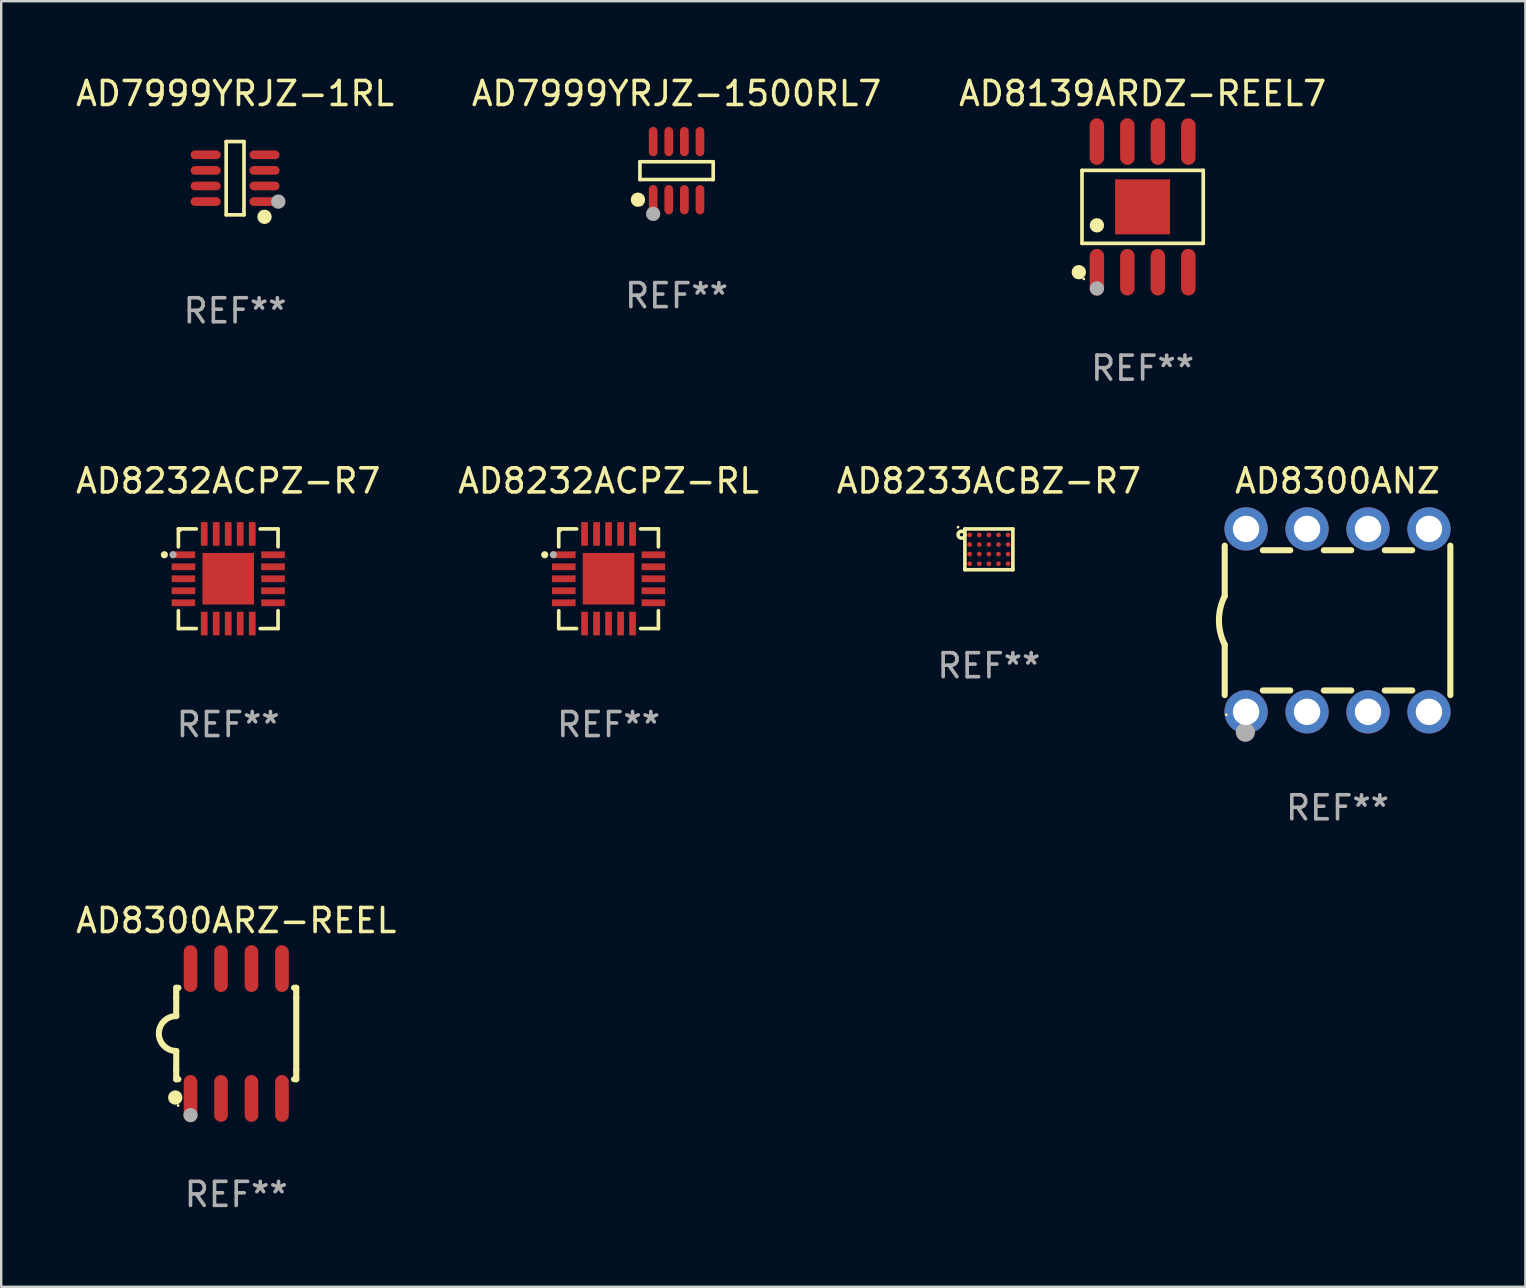
<source format=kicad_pcb>
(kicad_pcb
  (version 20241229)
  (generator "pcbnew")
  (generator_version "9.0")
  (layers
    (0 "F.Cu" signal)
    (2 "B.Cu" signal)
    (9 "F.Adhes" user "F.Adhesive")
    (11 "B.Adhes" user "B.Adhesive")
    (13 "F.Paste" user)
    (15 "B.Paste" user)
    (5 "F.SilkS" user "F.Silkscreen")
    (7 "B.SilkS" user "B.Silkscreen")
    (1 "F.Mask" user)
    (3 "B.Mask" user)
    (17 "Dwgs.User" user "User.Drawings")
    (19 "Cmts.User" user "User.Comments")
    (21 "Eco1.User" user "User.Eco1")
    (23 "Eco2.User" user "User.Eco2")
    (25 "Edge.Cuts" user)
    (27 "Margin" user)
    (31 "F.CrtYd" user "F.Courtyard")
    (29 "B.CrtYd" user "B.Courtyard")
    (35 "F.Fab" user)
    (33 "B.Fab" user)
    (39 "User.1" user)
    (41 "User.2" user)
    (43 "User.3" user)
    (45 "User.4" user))
  (footprint "AD8139ARDZ-REEL7"
    (layer "F.Cu")
    (at 44.554 5.569)
    (property "Reference" "AD8139ARDZ-REEL7" (at 0 -4.721 0) (layer "F.SilkS") (effects (font (size 1 1) (thickness 0.15))))
    (attr through_hole)
    (fp_line (start -2.526 -1.521) (end 2.526 -1.521) (stroke (width 0.152) (type solid)) (layer "F.SilkS"))
    (fp_line (start -2.526 1.521) (end -2.526 -1.521) (stroke (width 0.152) (type solid)) (layer "F.SilkS"))
    (fp_line (start 2.526 -1.521) (end 2.526 1.521) (stroke (width 0.152) (type solid)) (layer "F.SilkS"))
    (fp_line (start 2.526 1.521) (end -2.526 1.521) (stroke (width 0.152) (type solid)) (layer "F.SilkS"))
    (fp_circle (center -2.658 2.721) (end -2.508 2.721) (stroke (width 0.3) (type solid)) (fill no) (layer "F.SilkS"))
    (fp_circle (center -2.45 3) (end -2.42 3) (stroke (width 0.06) (type solid)) (fill no) (layer "F.SilkS"))
    (fp_circle (center -1.905 0.769) (end -1.755 0.769) (stroke (width 0.3) (type solid)) (fill no) (layer "F.SilkS"))
    (fp_circle (center -1.905 3.4) (end -1.755 3.4) (stroke (width 0.3) (type solid)) (fill no) (layer "F.Fab"))
    (fp_text user "REF**" (at 0 6.721 0) (layer "F.Fab") (effects (font (size 1 1) (thickness 0.15))))
    (pad "1" smd oval (at -1.905 2.721) (size 0.602 1.941) (layers "F.Cu" "F.Mask" "F.Paste"))
    (pad "2" smd oval (at -0.635 2.721) (size 0.602 1.941) (layers "F.Cu" "F.Mask" "F.Paste"))
    (pad "3" smd oval (at 0.635 2.721) (size 0.602 1.941) (layers "F.Cu" "F.Mask" "F.Paste"))
    (pad "4" smd oval (at 1.905 2.721) (size 0.602 1.941) (layers "F.Cu" "F.Mask" "F.Paste"))
    (pad "5" smd oval (at 1.905 -2.721) (size 0.602 1.941) (layers "F.Cu" "F.Mask" "F.Paste"))
    (pad "6" smd oval (at 0.635 -2.721) (size 0.602 1.941) (layers "F.Cu" "F.Mask" "F.Paste"))
    (pad "7" smd oval (at -0.635 -2.721) (size 0.602 1.941) (layers "F.Cu" "F.Mask" "F.Paste"))
    (pad "8" smd oval (at -1.905 -2.721) (size 0.602 1.941) (layers "F.Cu" "F.Mask" "F.Paste"))
    (pad "9" smd rect (at 0 0) (size 2.29 2.29) (layers "F.Cu" "F.Mask" "F.Paste")))
  (footprint "AD7999YRJZ-1500RL7"
    (layer "F.Cu")
    (at 25.137 4.059)
    (property "Reference" "AD7999YRJZ-1500RL7" (at 0 -3.211 0) (layer "F.SilkS") (effects (font (size 1 1) (thickness 0.15))))
    (attr through_hole)
    (fp_line (start -1.526 -0.371) (end 1.526 -0.371) (stroke (width 0.152) (type solid)) (layer "F.SilkS"))
    (fp_line (start -1.526 0.371) (end -1.526 -0.371) (stroke (width 0.152) (type solid)) (layer "F.SilkS"))
    (fp_line (start 1.526 -0.371) (end 1.526 0.371) (stroke (width 0.152) (type solid)) (layer "F.SilkS"))
    (fp_line (start 1.526 0.371) (end -1.526 0.371) (stroke (width 0.152) (type solid)) (layer "F.SilkS"))
    (fp_circle (center -1.609 1.211) (end -1.459 1.211) (stroke (width 0.3) (type solid)) (fill no) (layer "F.SilkS"))
    (fp_circle (center -1.45 1.4) (end -1.42 1.4) (stroke (width 0.06) (type solid)) (fill no) (layer "F.SilkS"))
    (fp_circle (center -0.975 1.8) (end -0.825 1.8) (stroke (width 0.3) (type solid)) (fill no) (layer "F.Fab"))
    (fp_text user "REF**" (at 0 5.211 0) (layer "F.Fab") (effects (font (size 1 1) (thickness 0.15))))
    (pad "1" smd oval (at -0.975 1.211) (size 0.364 1.222) (layers "F.Cu" "F.Mask" "F.Paste"))
    (pad "2" smd oval (at -0.325 1.211) (size 0.364 1.222) (layers "F.Cu" "F.Mask" "F.Paste"))
    (pad "3" smd oval (at 0.325 1.211) (size 0.364 1.222) (layers "F.Cu" "F.Mask" "F.Paste"))
    (pad "4" smd oval (at 0.975 1.211) (size 0.364 1.222) (layers "F.Cu" "F.Mask" "F.Paste"))
    (pad "5" smd oval (at 0.975 -1.211) (size 0.364 1.222) (layers "F.Cu" "F.Mask" "F.Paste"))
    (pad "6" smd oval (at 0.325 -1.211) (size 0.364 1.222) (layers "F.Cu" "F.Mask" "F.Paste"))
    (pad "7" smd oval (at -0.325 -1.211) (size 0.364 1.222) (layers "F.Cu" "F.Mask" "F.Paste"))
    (pad "8" smd oval (at -0.975 -1.211) (size 0.364 1.222) (layers "F.Cu" "F.Mask" "F.Paste")))
  (footprint "AD8232ACPZ-R7"
    (layer "F.Cu")
    (at 6.458 21.062)
    (property "Reference" "AD8232ACPZ-R7" (at 0 -4.076 0) (layer "F.SilkS") (effects (font (size 1 1) (thickness 0.15))))
    (attr through_hole)
    (fp_line (start -2.076 -2.076) (end -2.076 -1.331) (stroke (width 0.152) (type solid)) (layer "F.SilkS"))
    (fp_line (start -2.076 2.076) (end -2.076 1.331) (stroke (width 0.152) (type solid)) (layer "F.SilkS"))
    (fp_line (start -1.331 -2.076) (end -2.076 -2.076) (stroke (width 0.152) (type solid)) (layer "F.SilkS"))
    (fp_line (start -1.331 2.076) (end -2.076 2.076) (stroke (width 0.152) (type solid)) (layer "F.SilkS"))
    (fp_line (start 1.331 -2.076) (end 2.076 -2.076) (stroke (width 0.152) (type solid)) (layer "F.SilkS"))
    (fp_line (start 1.331 2.076) (end 2.076 2.076) (stroke (width 0.152) (type solid)) (layer "F.SilkS"))
    (fp_line (start 2.076 -2.076) (end 2.076 -1.331) (stroke (width 0.152) (type solid)) (layer "F.SilkS"))
    (fp_line (start 2.076 2.076) (end 2.076 1.331) (stroke (width 0.152) (type solid)) (layer "F.SilkS"))
    (fp_circle (center -2.66 -1) (end -2.585 -1) (stroke (width 0.15) (type solid)) (fill no) (layer "F.SilkS"))
    (fp_circle (center -2 -2) (end -1.97 -2) (stroke (width 0.06) (type solid)) (fill no) (layer "F.SilkS"))
    (fp_circle (center -2.3 -1) (end -2.225 -1) (stroke (width 0.15) (type solid)) (fill no) (layer "F.Fab"))
    (fp_text user "REF**" (at 0 6.076 0) (layer "F.Fab") (effects (font (size 1 1) (thickness 0.15))))
    (pad "1" smd rect (at -1.867 -1) (size 0.985 0.28) (layers "F.Cu" "F.Mask" "F.Paste"))
    (pad "2" smd rect (at -1.867 -0.5) (size 0.985 0.28) (layers "F.Cu" "F.Mask" "F.Paste"))
    (pad "3" smd rect (at -1.867 0) (size 0.985 0.28) (layers "F.Cu" "F.Mask" "F.Paste"))
    (pad "4" smd rect (at -1.867 0.5) (size 0.985 0.28) (layers "F.Cu" "F.Mask" "F.Paste"))
    (pad "5" smd rect (at -1.867 1) (size 0.985 0.28) (layers "F.Cu" "F.Mask" "F.Paste"))
    (pad "6" smd rect (at -1 1.867) (size 0.28 0.985) (layers "F.Cu" "F.Mask" "F.Paste"))
    (pad "7" smd rect (at -0.5 1.867) (size 0.28 0.985) (layers "F.Cu" "F.Mask" "F.Paste"))
    (pad "8" smd rect (at 0 1.867) (size 0.28 0.985) (layers "F.Cu" "F.Mask" "F.Paste"))
    (pad "9" smd rect (at 0.5 1.867) (size 0.28 0.985) (layers "F.Cu" "F.Mask" "F.Paste"))
    (pad "10" smd rect (at 1 1.867) (size 0.28 0.985) (layers "F.Cu" "F.Mask" "F.Paste"))
    (pad "11" smd rect (at 1.867 1) (size 0.985 0.28) (layers "F.Cu" "F.Mask" "F.Paste"))
    (pad "12" smd rect (at 1.867 0.5) (size 0.985 0.28) (layers "F.Cu" "F.Mask" "F.Paste"))
    (pad "13" smd rect (at 1.867 0) (size 0.985 0.28) (layers "F.Cu" "F.Mask" "F.Paste"))
    (pad "14" smd rect (at 1.867 -0.5) (size 0.985 0.28) (layers "F.Cu" "F.Mask" "F.Paste"))
    (pad "15" smd rect (at 1.867 -1) (size 0.985 0.28) (layers "F.Cu" "F.Mask" "F.Paste"))
    (pad "16" smd rect (at 1 -1.867) (size 0.28 0.985) (layers "F.Cu" "F.Mask" "F.Paste"))
    (pad "17" smd rect (at 0.5 -1.867) (size 0.28 0.985) (layers "F.Cu" "F.Mask" "F.Paste"))
    (pad "18" smd rect (at 0 -1.867) (size 0.28 0.985) (layers "F.Cu" "F.Mask" "F.Paste"))
    (pad "19" smd rect (at -0.5 -1.867) (size 0.28 0.985) (layers "F.Cu" "F.Mask" "F.Paste"))
    (pad "20" smd rect (at -1 -1.867) (size 0.28 0.985) (layers "F.Cu" "F.Mask" "F.Paste"))
    (pad "21" smd rect (at 0 0) (size 2.15 2.15) (layers "F.Cu" "F.Mask" "F.Paste")))
  (footprint "AD8300ARZ-REEL"
    (layer "F.Cu")
    (at 6.792 40.008)
    (property "Reference" "AD8300ARZ-REEL" (at 0 -4.705 0) (layer "F.SilkS") (effects (font (size 1 1) (thickness 0.15))))
    (attr through_hole)
    (fp_line (start -2.5 -1.905) (end -2.409 -1.905) (stroke (width 0.254) (type solid)) (layer "F.SilkS"))
    (fp_line (start -2.5 -1.5) (end -2.5 -1.905) (stroke (width 0.254) (type solid)) (layer "F.SilkS"))
    (fp_line (start -2.5 -1.5) (end -2.5 -0.726) (stroke (width 0.254) (type solid)) (layer "F.SilkS"))
    (fp_line (start -2.5 1.5) (end -2.5 0.727) (stroke (width 0.254) (type solid)) (layer "F.SilkS"))
    (fp_line (start -2.5 1.5) (end -2.5 1.905) (stroke (width 0.254) (type solid)) (layer "F.SilkS"))
    (fp_line (start -2.5 1.905) (end -2.409 1.905) (stroke (width 0.254) (type solid)) (layer "F.SilkS"))
    (fp_line (start 2.5 -1.905) (end 2.409 -1.905) (stroke (width 0.254) (type solid)) (layer "F.SilkS"))
    (fp_line (start 2.5 -1.5) (end 2.5 -1.905) (stroke (width 0.254) (type solid)) (layer "F.SilkS"))
    (fp_line (start 2.5 -1.5) (end 2.5 1.5) (stroke (width 0.254) (type solid)) (layer "F.SilkS"))
    (fp_line (start 2.5 1.5) (end 2.5 1.905) (stroke (width 0.254) (type solid)) (layer "F.SilkS"))
    (fp_line (start 2.5 1.905) (end 2.409 1.905) (stroke (width 0.254) (type solid)) (layer "F.SilkS"))
    (fp_arc (start -2.5 0.726568) (mid -3.220316 -0.0023) (end -2.495097 -0.726289) (stroke (width 0.254001) (type solid)) (layer "F.SilkS"))
    (fp_circle (center -2.54 2.667) (end -2.39 2.667) (stroke (width 0.3) (type solid)) (fill no) (layer "F.SilkS"))
    (fp_circle (center -2.42 3) (end -2.39 3) (stroke (width 0.06) (type solid)) (fill no) (layer "F.SilkS"))
    (fp_circle (center -1.905 3.4) (end -1.755 3.4) (stroke (width 0.3) (type solid)) (fill no) (layer "F.Fab"))
    (fp_text user "REF**" (at 0 6.705 0) (layer "F.Fab") (effects (font (size 1 1) (thickness 0.15))))
    (pad "1" smd oval (at -1.905 2.705) (size 0.568 1.95) (layers "F.Cu" "F.Mask" "F.Paste"))
    (pad "2" smd oval (at -0.635 2.705) (size 0.568 1.95) (layers "F.Cu" "F.Mask" "F.Paste"))
    (pad "3" smd oval (at 0.635 2.705) (size 0.568 1.95) (layers "F.Cu" "F.Mask" "F.Paste"))
    (pad "4" smd oval (at 1.905 2.705) (size 0.568 1.95) (layers "F.Cu" "F.Mask" "F.Paste"))
    (pad "5" smd oval (at 1.905 -2.705) (size 0.568 1.95) (layers "F.Cu" "F.Mask" "F.Paste"))
    (pad "6" smd oval (at 0.635 -2.705) (size 0.568 1.95) (layers "F.Cu" "F.Mask" "F.Paste"))
    (pad "7" smd oval (at -0.635 -2.705) (size 0.568 1.95) (layers "F.Cu" "F.Mask" "F.Paste"))
    (pad "8" smd oval (at -1.905 -2.705) (size 0.568 1.95) (layers "F.Cu" "F.Mask" "F.Paste")))
  (footprint "AD7999YRJZ-1RL"
    (layer "F.Cu")
    (at 6.744 4.374)
    (property "Reference" "AD7999YRJZ-1RL" (at 0 -3.526 0) (layer "F.SilkS") (effects (font (size 1 1) (thickness 0.15))))
    (attr through_hole)
    (fp_line (start -0.371 -1.526) (end 0.371 -1.526) (stroke (width 0.152) (type solid)) (layer "F.SilkS"))
    (fp_line (start -0.371 1.526) (end -0.371 -1.526) (stroke (width 0.152) (type solid)) (layer "F.SilkS"))
    (fp_line (start 0.371 -1.526) (end 0.371 1.526) (stroke (width 0.152) (type solid)) (layer "F.SilkS"))
    (fp_line (start 0.371 1.526) (end -0.371 1.526) (stroke (width 0.152) (type solid)) (layer "F.SilkS"))
    (fp_circle (center 1.226 1.609) (end 1.376 1.609) (stroke (width 0.3) (type solid)) (fill no) (layer "F.SilkS"))
    (fp_circle (center 1.4 1.45) (end 1.43 1.45) (stroke (width 0.06) (type solid)) (fill no) (layer "F.SilkS"))
    (fp_circle (center 1.8 0.975) (end 1.95 0.975) (stroke (width 0.3) (type solid)) (fill no) (layer "F.Fab"))
    (fp_text user "REF**" (at 0 5.526 0) (layer "F.Fab") (effects (font (size 1 1) (thickness 0.15))))
    (pad "1" smd oval (at 1.226 0.975) (size 1.252 0.364) (layers "F.Cu" "F.Mask" "F.Paste"))
    (pad "2" smd oval (at 1.226 0.325) (size 1.252 0.364) (layers "F.Cu" "F.Mask" "F.Paste"))
    (pad "3" smd oval (at 1.226 -0.325) (size 1.252 0.364) (layers "F.Cu" "F.Mask" "F.Paste"))
    (pad "4" smd oval (at 1.226 -0.975) (size 1.252 0.364) (layers "F.Cu" "F.Mask" "F.Paste"))
    (pad "5" smd oval (at -1.226 -0.975) (size 1.252 0.364) (layers "F.Cu" "F.Mask" "F.Paste"))
    (pad "6" smd oval (at -1.226 -0.325) (size 1.252 0.364) (layers "F.Cu" "F.Mask" "F.Paste"))
    (pad "7" smd oval (at -1.226 0.325) (size 1.252 0.364) (layers "F.Cu" "F.Mask" "F.Paste"))
    (pad "8" smd oval (at -1.226 0.975) (size 1.252 0.364) (layers "F.Cu" "F.Mask" "F.Paste")))
  (footprint "AD8233ACBZ-R7"
    (layer "F.Cu")
    (at 38.149 19.836)
    (property "Reference" "AD8233ACBZ-R7" (at 0 -2.85 0) (layer "F.SilkS") (effects (font (size 1 1) (thickness 0.15))))
    (attr through_hole)
    (fp_line (start -1 -0.85) (end -1 0.85) (stroke (width 0.15) (type solid)) (layer "F.SilkS"))
    (fp_line (start -1 -0.85) (end 1 -0.85) (stroke (width 0.15) (type solid)) (layer "F.SilkS"))
    (fp_line (start -1 0.85) (end 1 0.85) (stroke (width 0.15) (type solid)) (layer "F.SilkS"))
    (fp_line (start 1 -0.85) (end 1 0.85) (stroke (width 0.15) (type solid)) (layer "F.SilkS"))
    (fp_circle (center -1.285 -0.925) (end -1.255 -0.925) (stroke (width 0.06) (type solid)) (fill no) (layer "F.SilkS"))
    (fp_circle (center -1.14 -0.61) (end -1.07 -0.61) (stroke (width 0.15) (type solid)) (fill no) (layer "F.SilkS"))
    (fp_text user "REF**" (at 0 4.85 0) (layer "F.Fab") (effects (font (size 1 1) (thickness 0.15))))
    (pad "A1" smd circle (at -0.8 -0.6) (size 0.2 0.2) (layers "F.Cu" "F.Mask" "F.Paste"))
    (pad "A2" smd circle (at -0.4 -0.6) (size 0.2 0.2) (layers "F.Cu" "F.Mask" "F.Paste"))
    (pad "A3" smd circle (at -0.000152 -0.6) (size 0.2 0.2) (layers "F.Cu" "F.Mask" "F.Paste"))
    (pad "A4" smd circle (at 0.4 -0.6) (size 0.2 0.2) (layers "F.Cu" "F.Mask" "F.Paste"))
    (pad "A5" smd circle (at 0.8 -0.6) (size 0.2 0.2) (layers "F.Cu" "F.Mask" "F.Paste"))
    (pad "B1" smd circle (at -0.8 -0.2) (size 0.2 0.2) (layers "F.Cu" "F.Mask" "F.Paste"))
    (pad "B2" smd circle (at -0.4 -0.2) (size 0.2 0.2) (layers "F.Cu" "F.Mask" "F.Paste"))
    (pad "B3" smd circle (at -0.000152 -0.2) (size 0.2 0.2) (layers "F.Cu" "F.Mask" "F.Paste"))
    (pad "B4" smd circle (at 0.4 -0.2) (size 0.2 0.2) (layers "F.Cu" "F.Mask" "F.Paste"))
    (pad "B5" smd circle (at 0.8 -0.2) (size 0.2 0.2) (layers "F.Cu" "F.Mask" "F.Paste"))
    (pad "C1" smd circle (at -0.8 0.2) (size 0.2 0.2) (layers "F.Cu" "F.Mask" "F.Paste"))
    (pad "C2" smd circle (at -0.4 0.2) (size 0.2 0.2) (layers "F.Cu" "F.Mask" "F.Paste"))
    (pad "C3" smd circle (at -0.000152 0.2) (size 0.2 0.2) (layers "F.Cu" "F.Mask" "F.Paste"))
    (pad "C4" smd circle (at 0.4 0.2) (size 0.2 0.2) (layers "F.Cu" "F.Mask" "F.Paste"))
    (pad "C5" smd circle (at 0.8 0.2) (size 0.2 0.2) (layers "F.Cu" "F.Mask" "F.Paste"))
    (pad "D1" smd circle (at -0.8 0.6) (size 0.2 0.2) (layers "F.Cu" "F.Mask" "F.Paste"))
    (pad "D2" smd circle (at -0.4 0.6) (size 0.2 0.2) (layers "F.Cu" "F.Mask" "F.Paste"))
    (pad "D3" smd circle (at -0.000152 0.6) (size 0.2 0.2) (layers "F.Cu" "F.Mask" "F.Paste"))
    (pad "D4" smd circle (at 0.4 0.6) (size 0.2 0.2) (layers "F.Cu" "F.Mask" "F.Paste"))
    (pad "D5" smd circle (at 0.8 0.6) (size 0.2 0.2) (layers "F.Cu" "F.Mask" "F.Paste")))
  (footprint "AD8232ACPZ-RL"
    (layer "F.Cu")
    (at 22.304 21.062)
    (property "Reference" "AD8232ACPZ-RL" (at 0 -4.076 0) (layer "F.SilkS") (effects (font (size 1 1) (thickness 0.15))))
    (attr through_hole)
    (fp_line (start -2.076 -2.076) (end -2.076 -1.331) (stroke (width 0.152) (type solid)) (layer "F.SilkS"))
    (fp_line (start -2.076 2.076) (end -2.076 1.331) (stroke (width 0.152) (type solid)) (layer "F.SilkS"))
    (fp_line (start -1.331 -2.076) (end -2.076 -2.076) (stroke (width 0.152) (type solid)) (layer "F.SilkS"))
    (fp_line (start -1.331 2.076) (end -2.076 2.076) (stroke (width 0.152) (type solid)) (layer "F.SilkS"))
    (fp_line (start 1.331 -2.076) (end 2.076 -2.076) (stroke (width 0.152) (type solid)) (layer "F.SilkS"))
    (fp_line (start 1.331 2.076) (end 2.076 2.076) (stroke (width 0.152) (type solid)) (layer "F.SilkS"))
    (fp_line (start 2.076 -2.076) (end 2.076 -1.331) (stroke (width 0.152) (type solid)) (layer "F.SilkS"))
    (fp_line (start 2.076 2.076) (end 2.076 1.331) (stroke (width 0.152) (type solid)) (layer "F.SilkS"))
    (fp_circle (center -2.66 -1) (end -2.585 -1) (stroke (width 0.15) (type solid)) (fill no) (layer "F.SilkS"))
    (fp_circle (center -2 -2) (end -1.97 -2) (stroke (width 0.06) (type solid)) (fill no) (layer "F.SilkS"))
    (fp_circle (center -2.3 -1) (end -2.225 -1) (stroke (width 0.15) (type solid)) (fill no) (layer "F.Fab"))
    (fp_text user "REF**" (at 0 6.076 0) (layer "F.Fab") (effects (font (size 1 1) (thickness 0.15))))
    (pad "1" smd rect (at -1.867 -1) (size 0.985 0.28) (layers "F.Cu" "F.Mask" "F.Paste"))
    (pad "2" smd rect (at -1.867 -0.5) (size 0.985 0.28) (layers "F.Cu" "F.Mask" "F.Paste"))
    (pad "3" smd rect (at -1.867 0) (size 0.985 0.28) (layers "F.Cu" "F.Mask" "F.Paste"))
    (pad "4" smd rect (at -1.867 0.5) (size 0.985 0.28) (layers "F.Cu" "F.Mask" "F.Paste"))
    (pad "5" smd rect (at -1.867 1) (size 0.985 0.28) (layers "F.Cu" "F.Mask" "F.Paste"))
    (pad "6" smd rect (at -1 1.867) (size 0.28 0.985) (layers "F.Cu" "F.Mask" "F.Paste"))
    (pad "7" smd rect (at -0.5 1.867) (size 0.28 0.985) (layers "F.Cu" "F.Mask" "F.Paste"))
    (pad "8" smd rect (at 0 1.867) (size 0.28 0.985) (layers "F.Cu" "F.Mask" "F.Paste"))
    (pad "9" smd rect (at 0.5 1.867) (size 0.28 0.985) (layers "F.Cu" "F.Mask" "F.Paste"))
    (pad "10" smd rect (at 1 1.867) (size 0.28 0.985) (layers "F.Cu" "F.Mask" "F.Paste"))
    (pad "11" smd rect (at 1.867 1) (size 0.985 0.28) (layers "F.Cu" "F.Mask" "F.Paste"))
    (pad "12" smd rect (at 1.867 0.5) (size 0.985 0.28) (layers "F.Cu" "F.Mask" "F.Paste"))
    (pad "13" smd rect (at 1.867 0) (size 0.985 0.28) (layers "F.Cu" "F.Mask" "F.Paste"))
    (pad "14" smd rect (at 1.867 -0.5) (size 0.985 0.28) (layers "F.Cu" "F.Mask" "F.Paste"))
    (pad "15" smd rect (at 1.867 -1) (size 0.985 0.28) (layers "F.Cu" "F.Mask" "F.Paste"))
    (pad "16" smd rect (at 1 -1.867) (size 0.28 0.985) (layers "F.Cu" "F.Mask" "F.Paste"))
    (pad "17" smd rect (at 0.5 -1.867) (size 0.28 0.985) (layers "F.Cu" "F.Mask" "F.Paste"))
    (pad "18" smd rect (at 0 -1.867) (size 0.28 0.985) (layers "F.Cu" "F.Mask" "F.Paste"))
    (pad "19" smd rect (at -0.5 -1.867) (size 0.28 0.985) (layers "F.Cu" "F.Mask" "F.Paste"))
    (pad "20" smd rect (at -1 -1.867) (size 0.28 0.985) (layers "F.Cu" "F.Mask" "F.Paste"))
    (pad "21" smd rect (at 0 0) (size 2.15 2.15) (layers "F.Cu" "F.Mask" "F.Paste")))
  (footprint "AD8300ANZ"
    (layer "F.Cu")
    (at 52.674 22.796)
    (property "Reference" "AD8300ANZ" (at 0 -5.81 0) (layer "F.SilkS") (effects (font (size 1 1) (thickness 0.15))))
    (attr through_hole)
    (fp_line (start -4.7 -1.017) (end -4.7 -3.113) (stroke (width 0.254) (type solid)) (layer "F.SilkS"))
    (fp_line (start -4.7 1.015) (end -4.7 3.113) (stroke (width 0.254) (type solid)) (layer "F.SilkS"))
    (fp_line (start -3.113 2.92) (end -1.967 2.92) (stroke (width 0.254) (type solid)) (layer "F.SilkS"))
    (fp_line (start -3.111 -2.922) (end -1.969 -2.922) (stroke (width 0.254) (type solid)) (layer "F.SilkS"))
    (fp_line (start -0.573 2.92) (end 0.573 2.92) (stroke (width 0.254) (type solid)) (layer "F.SilkS"))
    (fp_line (start -0.571 -2.922) (end 0.571 -2.922) (stroke (width 0.254) (type solid)) (layer "F.SilkS"))
    (fp_line (start 1.967 2.92) (end 3.113 2.92) (stroke (width 0.254) (type solid)) (layer "F.SilkS"))
    (fp_line (start 1.969 -2.922) (end 3.111 -2.922) (stroke (width 0.254) (type solid)) (layer "F.SilkS"))
    (fp_line (start 4.7 -3.113) (end 4.7 3.113) (stroke (width 0.254) (type solid)) (layer "F.SilkS"))
    (fp_arc (start -4.7 1.01524) (mid -4.939846 -0.000762) (end -4.7 -1.016764) (stroke (width 0.254001) (type solid)) (layer "F.SilkS"))
    (fp_circle (center -4.636 3.935) (end -4.606 3.935) (stroke (width 0.06) (type solid)) (fill no) (layer "F.SilkS"))
    (fp_circle (center -3.84 4.66) (end -3.64 4.66) (stroke (width 0.4) (type solid)) (fill no) (layer "F.Fab"))
    (fp_text user "REF**" (at 0 7.81 0) (layer "F.Fab") (effects (font (size 1 1) (thickness 0.15))))
    (pad "1" thru_hole circle (at -3.81 3.81) (size 1.8 1.8) (drill 1.1) (layers "*.Cu" "*.Mask"))
    (pad "2" thru_hole circle (at -1.27 3.81) (size 1.8 1.8) (drill 1.1) (layers "*.Cu" "*.Mask"))
    (pad "3" thru_hole circle (at 1.27 3.81) (size 1.8 1.8) (drill 1.1) (layers "*.Cu" "*.Mask"))
    (pad "4" thru_hole circle (at 3.81 3.81) (size 1.8 1.8) (drill 1.1) (layers "*.Cu" "*.Mask"))
    (pad "5" thru_hole circle (at 3.81 -3.81) (size 1.8 1.8) (drill 1.1) (layers "*.Cu" "*.Mask"))
    (pad "6" thru_hole circle (at 1.27 -3.81) (size 1.8 1.8) (drill 1.1) (layers "*.Cu" "*.Mask"))
    (pad "7" thru_hole circle (at -1.27 -3.81) (size 1.8 1.8) (drill 1.1) (layers "*.Cu" "*.Mask"))
    (pad "8" thru_hole circle (at -3.81 -3.81) (size 1.8 1.8) (drill 1.1) (layers "*.Cu" "*.Mask")))
  (gr_rect
    (start -3 -3)
    (end 60.501 50.561)
    (stroke (width 0.1) (type default))
    (fill no)
    (layer "Edge.Cuts")))
</source>
